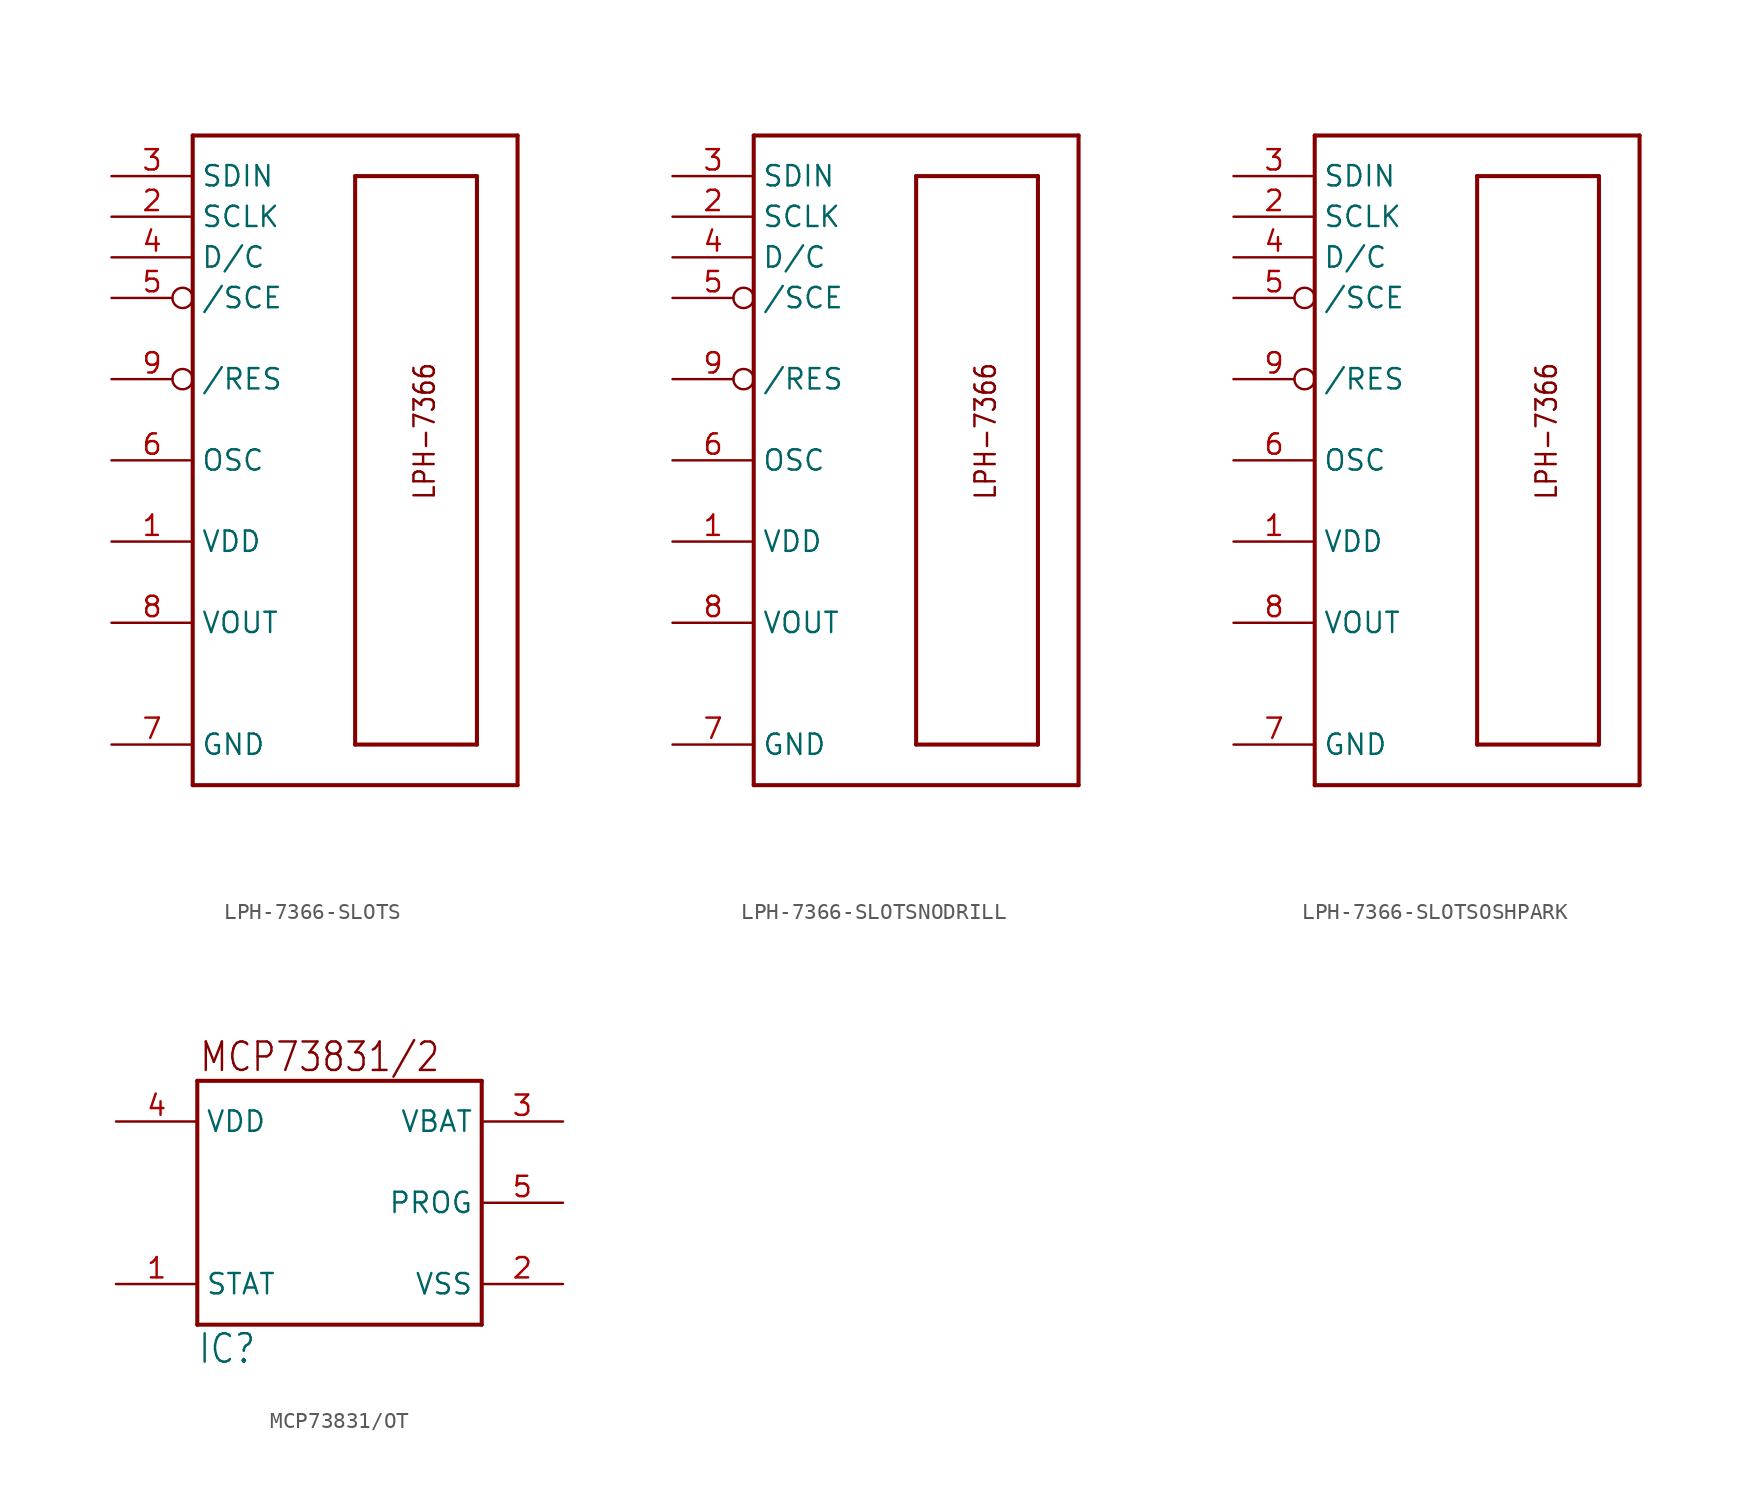
<source format=kicad_sym>
(kicad_symbol_lib
  (version 20231120)
  (generator "kicad_symbol_editor")
  (generator_version "8.0")
  (symbol "LPH-7366-SLOTS"
    (property "Reference" ""
      (at -12.7 22.86 0)
      (effects (font (size 1.778 1.511)) (justify left top) (hide yes)))
    (property "Value" ""
      (at -12.7 -22.86 0)
      (effects (font (size 1.778 1.511)) (justify left bottom)))
    (property "ki_locked" ""
      (at 0 0 0)
      (effects (font (size 1.27 1.27))))
    (symbol "LPH-7366-SLOTS_1_0"
      (polyline (pts (xy -12.7 -20.32) (xy 7.62 -20.32)) (stroke (width 0.254) (type solid)) (fill (type none)))
      (polyline (pts (xy -12.7 20.32) (xy -12.7 -20.32)) (stroke (width 0.254) (type solid)) (fill (type none)))
      (polyline (pts (xy -2.54 -17.78) (xy 5.08 -17.78)) (stroke (width 0.254) (type solid)) (fill (type none)))
      (polyline (pts (xy -2.54 17.78) (xy -2.54 -17.78)) (stroke (width 0.254) (type solid)) (fill (type none)))
      (polyline (pts (xy 5.08 -17.78) (xy 5.08 17.78)) (stroke (width 0.254) (type solid)) (fill (type none)))
      (polyline (pts (xy 5.08 17.78) (xy -2.54 17.78)) (stroke (width 0.254) (type solid)) (fill (type none)))
      (polyline (pts (xy 7.62 -20.32) (xy 7.62 20.32)) (stroke (width 0.254) (type solid)) (fill (type none)))
      (polyline (pts (xy 7.62 20.32) (xy -12.7 20.32)) (stroke (width 0.254) (type solid)) (fill (type none)))
      (text "LPH-7366" (at 2.54 -2.54 900) (effects (font (size 1.27 1.079)) (justify left bottom)))
      (pin power_in line (at -17.78 -5.08 0) (length 5.08) (name "VDD" (effects (font (size 1.27 1.27)))) (number "1" (effects (font (size 1.27 1.27)))))
      (pin input line (at -17.78 15.24 0) (length 5.08) (name "SCLK" (effects (font (size 1.27 1.27)))) (number "2" (effects (font (size 1.27 1.27)))))
      (pin input line (at -17.78 17.78 0) (length 5.08) (name "SDIN" (effects (font (size 1.27 1.27)))) (number "3" (effects (font (size 1.27 1.27)))))
      (pin input line (at -17.78 12.7 0) (length 5.08) (name "D/C" (effects (font (size 1.27 1.27)))) (number "4" (effects (font (size 1.27 1.27)))))
      (pin input inverted (at -17.78 10.16 0) (length 5.08) (name "/SCE" (effects (font (size 1.27 1.27)))) (number "5" (effects (font (size 1.27 1.27)))))
      (pin passive line (at -17.78 0 0) (length 5.08) (name "OSC" (effects (font (size 1.27 1.27)))) (number "6" (effects (font (size 1.27 1.27)))))
      (pin power_in line (at -17.78 -17.78 0) (length 5.08) (name "GND" (effects (font (size 1.27 1.27)))) (number "7" (effects (font (size 1.27 1.27)))))
      (pin passive line (at -17.78 -10.16 0) (length 5.08) (name "VOUT" (effects (font (size 1.27 1.27)))) (number "8" (effects (font (size 1.27 1.27)))))
      (pin input inverted (at -17.78 5.08 0) (length 5.08) (name "/RES" (effects (font (size 1.27 1.27)))) (number "9" (effects (font (size 1.27 1.27)))))))
  (symbol "LPH-7366-SLOTSNODRILL"
    (property "Reference" ""
      (at -12.7 22.86 0)
      (effects (font (size 1.778 1.511)) (justify left top) (hide yes)))
    (property "Value" ""
      (at -12.7 -22.86 0)
      (effects (font (size 1.778 1.511)) (justify left bottom)))
    (property "ki_locked" ""
      (at 0 0 0)
      (effects (font (size 1.27 1.27))))
    (symbol "LPH-7366-SLOTSNODRILL_1_0"
      (polyline (pts (xy -12.7 -20.32) (xy 7.62 -20.32)) (stroke (width 0.254) (type solid)) (fill (type none)))
      (polyline (pts (xy -12.7 20.32) (xy -12.7 -20.32)) (stroke (width 0.254) (type solid)) (fill (type none)))
      (polyline (pts (xy -2.54 -17.78) (xy 5.08 -17.78)) (stroke (width 0.254) (type solid)) (fill (type none)))
      (polyline (pts (xy -2.54 17.78) (xy -2.54 -17.78)) (stroke (width 0.254) (type solid)) (fill (type none)))
      (polyline (pts (xy 5.08 -17.78) (xy 5.08 17.78)) (stroke (width 0.254) (type solid)) (fill (type none)))
      (polyline (pts (xy 5.08 17.78) (xy -2.54 17.78)) (stroke (width 0.254) (type solid)) (fill (type none)))
      (polyline (pts (xy 7.62 -20.32) (xy 7.62 20.32)) (stroke (width 0.254) (type solid)) (fill (type none)))
      (polyline (pts (xy 7.62 20.32) (xy -12.7 20.32)) (stroke (width 0.254) (type solid)) (fill (type none)))
      (text "LPH-7366" (at 2.54 -2.54 900) (effects (font (size 1.27 1.079)) (justify left bottom)))
      (pin power_in line (at -17.78 -5.08 0) (length 5.08) (name "VDD" (effects (font (size 1.27 1.27)))) (number "1" (effects (font (size 1.27 1.27)))))
      (pin input line (at -17.78 15.24 0) (length 5.08) (name "SCLK" (effects (font (size 1.27 1.27)))) (number "2" (effects (font (size 1.27 1.27)))))
      (pin input line (at -17.78 17.78 0) (length 5.08) (name "SDIN" (effects (font (size 1.27 1.27)))) (number "3" (effects (font (size 1.27 1.27)))))
      (pin input line (at -17.78 12.7 0) (length 5.08) (name "D/C" (effects (font (size 1.27 1.27)))) (number "4" (effects (font (size 1.27 1.27)))))
      (pin input inverted (at -17.78 10.16 0) (length 5.08) (name "/SCE" (effects (font (size 1.27 1.27)))) (number "5" (effects (font (size 1.27 1.27)))))
      (pin passive line (at -17.78 0 0) (length 5.08) (name "OSC" (effects (font (size 1.27 1.27)))) (number "6" (effects (font (size 1.27 1.27)))))
      (pin power_in line (at -17.78 -17.78 0) (length 5.08) (name "GND" (effects (font (size 1.27 1.27)))) (number "7" (effects (font (size 1.27 1.27)))))
      (pin passive line (at -17.78 -10.16 0) (length 5.08) (name "VOUT" (effects (font (size 1.27 1.27)))) (number "8" (effects (font (size 1.27 1.27)))))
      (pin input inverted (at -17.78 5.08 0) (length 5.08) (name "/RES" (effects (font (size 1.27 1.27)))) (number "9" (effects (font (size 1.27 1.27)))))))
  (symbol "LPH-7366-SLOTSOSHPARK"
    (property "Reference" ""
      (at -12.7 22.86 0)
      (effects (font (size 1.778 1.511)) (justify left top) (hide yes)))
    (property "Value" ""
      (at -12.7 -22.86 0)
      (effects (font (size 1.778 1.511)) (justify left bottom)))
    (property "ki_locked" ""
      (at 0 0 0)
      (effects (font (size 1.27 1.27))))
    (symbol "LPH-7366-SLOTSOSHPARK_1_0"
      (polyline (pts (xy -12.7 -20.32) (xy 7.62 -20.32)) (stroke (width 0.254) (type solid)) (fill (type none)))
      (polyline (pts (xy -12.7 20.32) (xy -12.7 -20.32)) (stroke (width 0.254) (type solid)) (fill (type none)))
      (polyline (pts (xy -2.54 -17.78) (xy 5.08 -17.78)) (stroke (width 0.254) (type solid)) (fill (type none)))
      (polyline (pts (xy -2.54 17.78) (xy -2.54 -17.78)) (stroke (width 0.254) (type solid)) (fill (type none)))
      (polyline (pts (xy 5.08 -17.78) (xy 5.08 17.78)) (stroke (width 0.254) (type solid)) (fill (type none)))
      (polyline (pts (xy 5.08 17.78) (xy -2.54 17.78)) (stroke (width 0.254) (type solid)) (fill (type none)))
      (polyline (pts (xy 7.62 -20.32) (xy 7.62 20.32)) (stroke (width 0.254) (type solid)) (fill (type none)))
      (polyline (pts (xy 7.62 20.32) (xy -12.7 20.32)) (stroke (width 0.254) (type solid)) (fill (type none)))
      (text "LPH-7366" (at 2.54 -2.54 900) (effects (font (size 1.27 1.079)) (justify left bottom)))
      (pin power_in line (at -17.78 -5.08 0) (length 5.08) (name "VDD" (effects (font (size 1.27 1.27)))) (number "1" (effects (font (size 1.27 1.27)))))
      (pin input line (at -17.78 15.24 0) (length 5.08) (name "SCLK" (effects (font (size 1.27 1.27)))) (number "2" (effects (font (size 1.27 1.27)))))
      (pin input line (at -17.78 17.78 0) (length 5.08) (name "SDIN" (effects (font (size 1.27 1.27)))) (number "3" (effects (font (size 1.27 1.27)))))
      (pin input line (at -17.78 12.7 0) (length 5.08) (name "D/C" (effects (font (size 1.27 1.27)))) (number "4" (effects (font (size 1.27 1.27)))))
      (pin input inverted (at -17.78 10.16 0) (length 5.08) (name "/SCE" (effects (font (size 1.27 1.27)))) (number "5" (effects (font (size 1.27 1.27)))))
      (pin passive line (at -17.78 0 0) (length 5.08) (name "OSC" (effects (font (size 1.27 1.27)))) (number "6" (effects (font (size 1.27 1.27)))))
      (pin power_in line (at -17.78 -17.78 0) (length 5.08) (name "GND" (effects (font (size 1.27 1.27)))) (number "7" (effects (font (size 1.27 1.27)))))
      (pin passive line (at -17.78 -10.16 0) (length 5.08) (name "VOUT" (effects (font (size 1.27 1.27)))) (number "8" (effects (font (size 1.27 1.27)))))
      (pin input inverted (at -17.78 5.08 0) (length 5.08) (name "/RES" (effects (font (size 1.27 1.27)))) (number "9" (effects (font (size 1.27 1.27)))))))
  (symbol "MCP73831/OT"
    (property "Reference" "IC"
      (at -7.62 -10.16 0)
      (effects (font (size 1.778 1.511)) (justify left bottom)))
    (property "ki_locked" ""
      (at 0 0 0)
      (effects (font (size 1.27 1.27))))
    (symbol "MCP73831/OT_1_0"
      (polyline (pts (xy -7.62 -7.62) (xy -7.62 7.62)) (stroke (width 0.254) (type solid)) (fill (type none)))
      (polyline (pts (xy -7.62 7.62) (xy 10.16 7.62)) (stroke (width 0.254) (type solid)) (fill (type none)))
      (polyline (pts (xy 10.16 -7.62) (xy -7.62 -7.62)) (stroke (width 0.254) (type solid)) (fill (type none)))
      (polyline (pts (xy 10.16 7.62) (xy 10.16 -7.62)) (stroke (width 0.254) (type solid)) (fill (type none)))
      (text "MCP73831/2" (at 7.62 10.16 0) (effects (font (size 1.778 1.511)) (justify right top)))
      (pin output line (at -12.7 -5.08 0) (length 5.08) (name "STAT" (effects (font (size 1.27 1.27)))) (number "1" (effects (font (size 1.27 1.27)))))
      (pin power_in line (at 15.24 -5.08 180) (length 5.08) (name "VSS" (effects (font (size 1.27 1.27)))) (number "2" (effects (font (size 1.27 1.27)))))
      (pin bidirectional line (at 15.24 5.08 180) (length 5.08) (name "VBAT" (effects (font (size 1.27 1.27)))) (number "3" (effects (font (size 1.27 1.27)))))
      (pin power_in line (at -12.7 5.08 0) (length 5.08) (name "VDD" (effects (font (size 1.27 1.27)))) (number "4" (effects (font (size 1.27 1.27)))))
      (pin input line (at 15.24 0 180) (length 5.08) (name "PROG" (effects (font (size 1.27 1.27)))) (number "5" (effects (font (size 1.27 1.27))))))))
</source>
